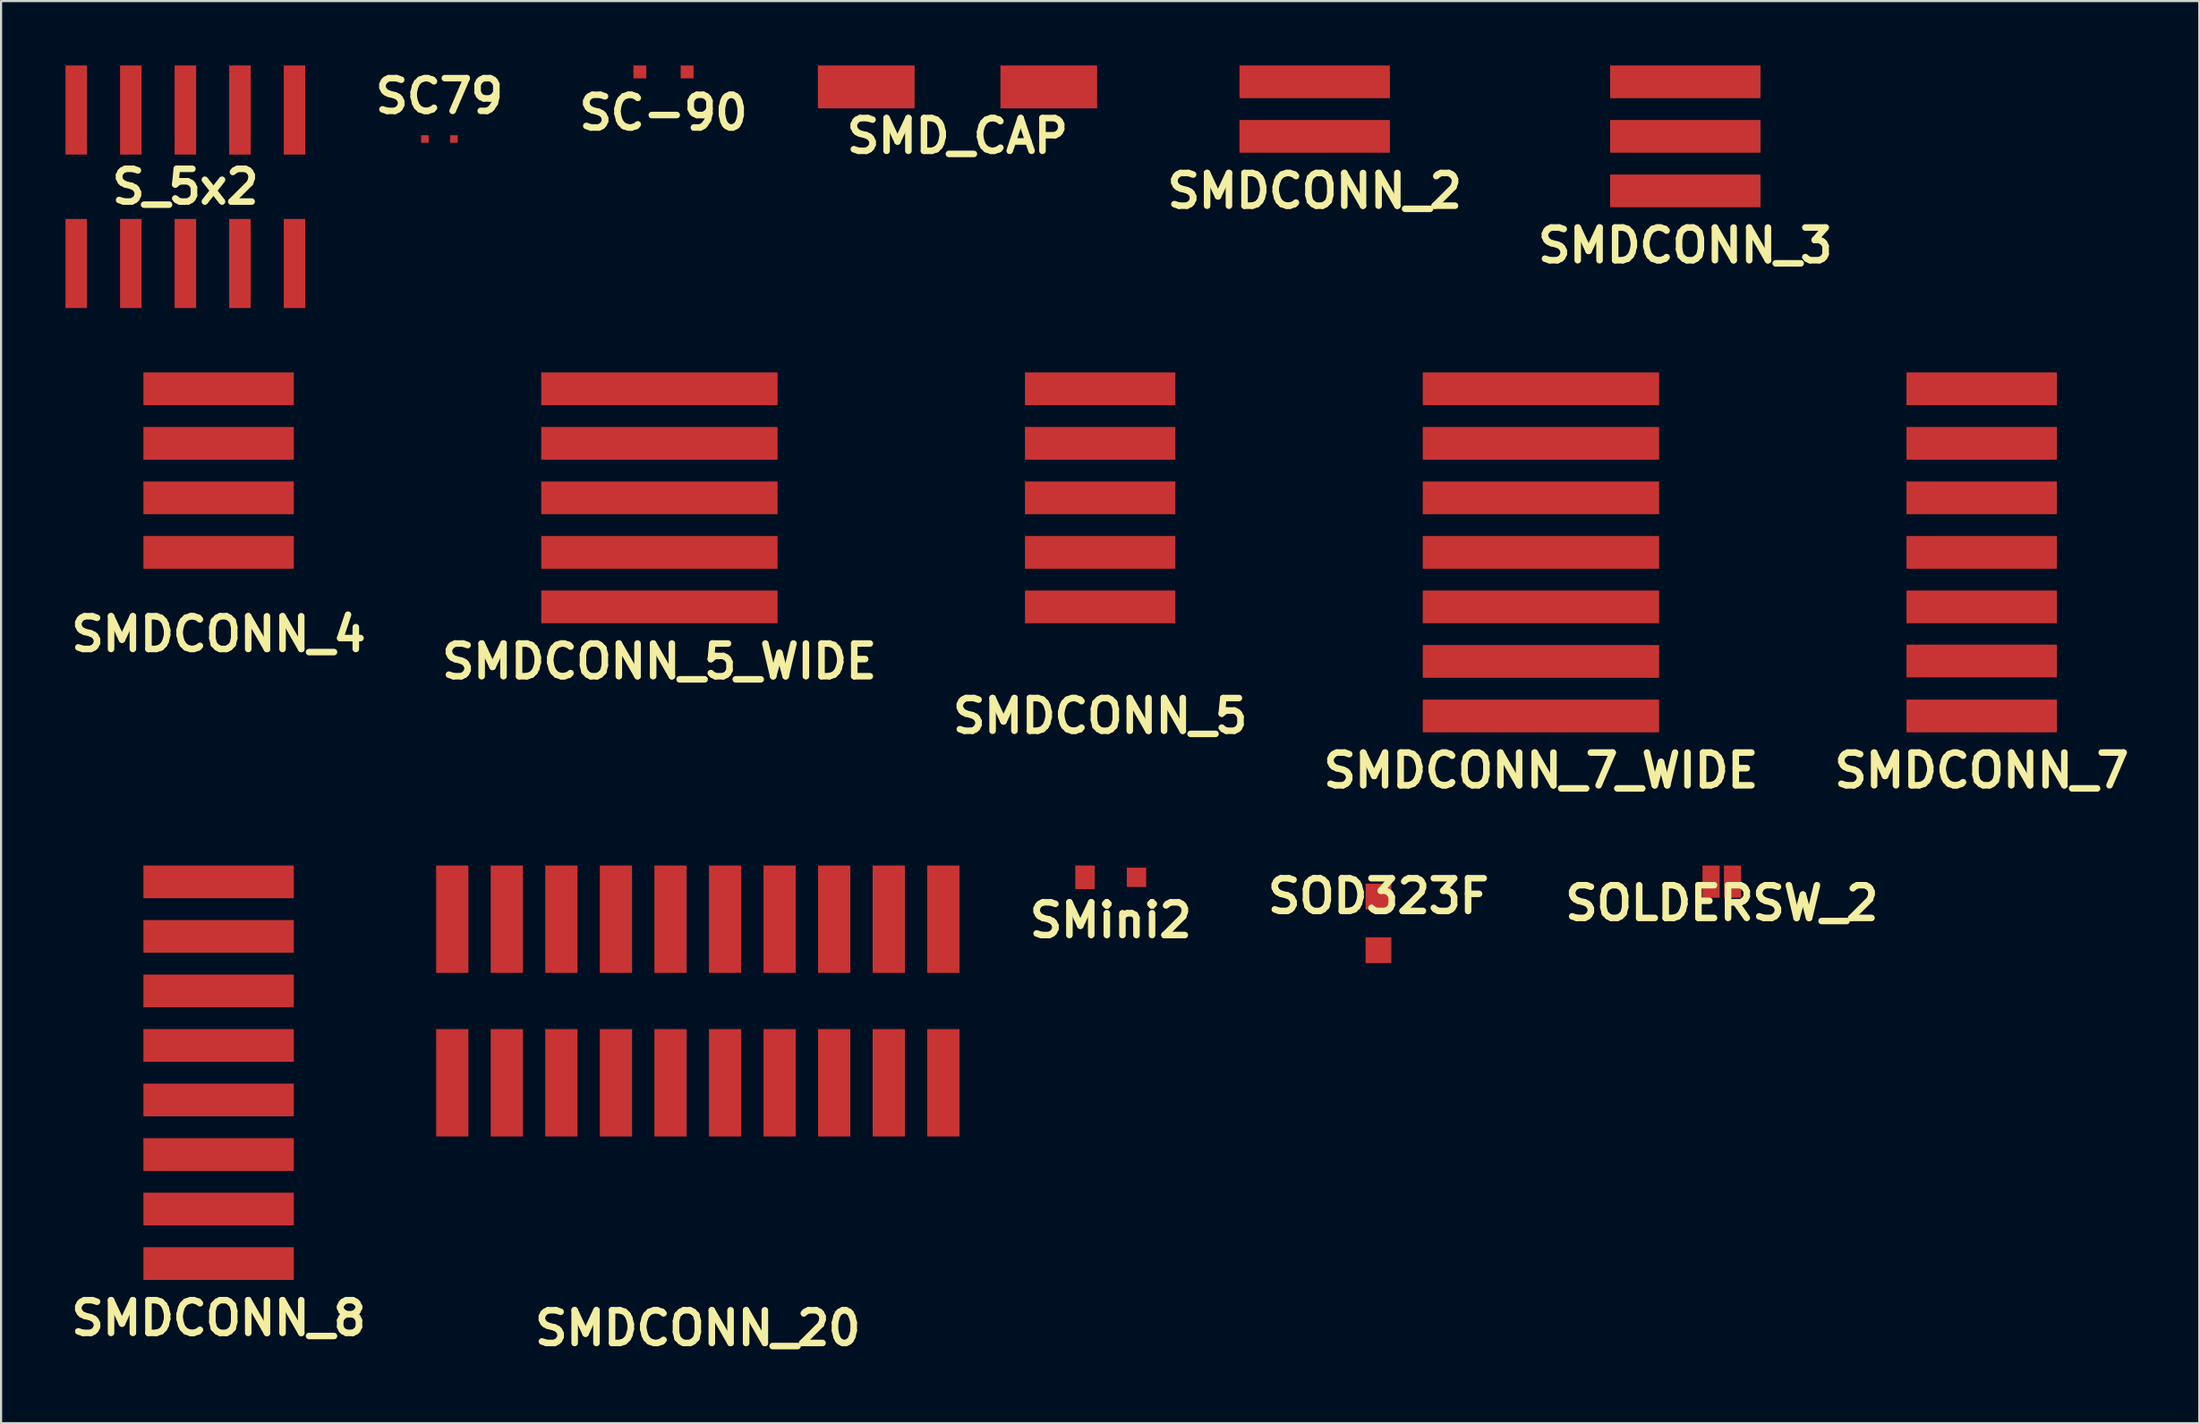
<source format=kicad_pcb>
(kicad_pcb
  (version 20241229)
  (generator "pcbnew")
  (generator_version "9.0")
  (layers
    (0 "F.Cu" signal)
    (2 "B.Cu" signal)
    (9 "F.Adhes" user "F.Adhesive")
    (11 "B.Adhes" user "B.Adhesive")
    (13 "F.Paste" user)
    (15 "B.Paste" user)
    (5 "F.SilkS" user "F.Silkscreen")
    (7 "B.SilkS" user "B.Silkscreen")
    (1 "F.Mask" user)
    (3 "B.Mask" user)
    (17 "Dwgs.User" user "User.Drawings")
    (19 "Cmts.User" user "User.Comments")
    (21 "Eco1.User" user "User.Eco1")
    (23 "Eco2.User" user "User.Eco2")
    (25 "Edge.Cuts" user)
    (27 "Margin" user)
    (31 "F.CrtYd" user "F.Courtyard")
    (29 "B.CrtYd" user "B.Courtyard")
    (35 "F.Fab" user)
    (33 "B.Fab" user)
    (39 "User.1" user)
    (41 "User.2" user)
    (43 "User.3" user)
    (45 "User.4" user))
  (footprint "SMDCONN_8"
    (layer "F.Cu")
    (at 7.127 46.918)
    (property "Reference" "SMDCONN_8" (at 0 11.43 0) (layer "F.SilkS") (effects (font (size 1.524 1.524) (thickness 0.305))))
    (attr through_hole)
    (pad "1" smd rect (at 0 -8.89) (size 7 1.524) (layers "F.Cu" "F.Mask" "F.Paste"))
    (pad "2" smd rect (at 0 -6.35) (size 7 1.524) (layers "F.Cu" "F.Mask" "F.Paste"))
    (pad "3" smd rect (at 0 -3.81) (size 7 1.524) (layers "F.Cu" "F.Mask" "F.Paste"))
    (pad "4" smd rect (at 0 -1.27) (size 7 1.524) (layers "F.Cu" "F.Mask" "F.Paste"))
    (pad "5" smd rect (at 0 1.27) (size 7 1.524) (layers "F.Cu" "F.Mask" "F.Paste"))
    (pad "6" smd rect (at 0 3.81) (size 7 1.524) (layers "F.Cu" "F.Mask" "F.Paste"))
    (pad "7" smd rect (at 0 6.35) (size 7 1.524) (layers "F.Cu" "F.Mask" "F.Paste"))
    (pad "8" smd rect (at 0 8.89) (size 7 1.524) (layers "F.Cu" "F.Mask" "F.Paste")))
  (footprint "S_5x2"
    (layer "F.Cu")
    (at 5.58 5.649)
    (property "Reference" "S_5x2" (at 0 0 0) (layer "F.SilkS") (effects (font (size 1.524 1.524) (thickness 0.305))))
    (attr through_hole)
    (pad "1" smd rect (at -5.08 3.574) (size 1.001 4.15) (layers "F.Cu" "F.Mask" "F.Paste"))
    (pad "2" smd rect (at -5.08 -3.574) (size 1.001 4.15) (layers "F.Cu" "F.Mask" "F.Paste"))
    (pad "3" smd rect (at -2.54 3.574) (size 1.001 4.15) (layers "F.Cu" "F.Mask" "F.Paste"))
    (pad "4" smd rect (at -2.54 -3.574) (size 1.001 4.15) (layers "F.Cu" "F.Mask" "F.Paste"))
    (pad "5" smd rect (at 0 3.574) (size 1.001 4.15) (layers "F.Cu" "F.Mask" "F.Paste"))
    (pad "6" smd rect (at 0 -3.574) (size 1.001 4.15) (layers "F.Cu" "F.Mask" "F.Paste"))
    (pad "7" smd rect (at 2.54 3.574) (size 1.001 4.15) (layers "F.Cu" "F.Mask" "F.Paste"))
    (pad "8" smd rect (at 2.54 -3.574) (size 1.001 4.15) (layers "F.Cu" "F.Mask" "F.Paste"))
    (pad "9" smd rect (at 5.08 3.574) (size 1.001 4.15) (layers "F.Cu" "F.Mask" "F.Paste"))
    (pad "10" smd rect (at 5.08 -3.574) (size 1.001 4.15) (layers "F.Cu" "F.Mask" "F.Paste")))
  (footprint "SC-90"
    (layer "F.Cu")
    (at 27.836 0.3)
    (property "Reference" "SC-90" (at 0 1.9 0) (layer "F.SilkS") (effects (font (size 1.524 1.524) (thickness 0.305))))
    (attr through_hole)
    (pad "1" smd rect (at -1.1 0) (size 0.599 0.599) (layers "F.Cu" "F.Mask" "F.Paste"))
    (pad "2" smd rect (at 1.1 0) (size 0.599 0.599) (layers "F.Cu" "F.Mask" "F.Paste")))
  (footprint "SOLDERSW_2"
    (layer "F.Cu")
    (at 77.103 38.017)
    (property "Reference" "SOLDERSW_2" (at 0 1.001 0) (layer "F.SilkS") (effects (font (size 1.524 1.524) (thickness 0.305))))
    (attr through_hole)
    (pad "1" smd rect (at -0.5 0) (size 0.8 1.501) (layers "F.Cu" "F.Mask" "F.Paste"))
    (pad "2" smd rect (at 0.5 0) (size 0.8 1.501) (layers "F.Cu" "F.Mask" "F.Paste")))
  (footprint "SMDCONN_7_WIDE"
    (layer "F.Cu")
    (at 68.683 22.68)
    (property "Reference" "SMDCONN_7_WIDE" (at 0 10.16 0) (layer "F.SilkS") (effects (font (size 1.524 1.524) (thickness 0.305))))
    (attr through_hole)
    (pad "1" smd rect (at 0 -7.62) (size 11.001 1.524) (layers "F.Cu" "F.Mask" "F.Paste"))
    (pad "2" smd rect (at 0 -5.08) (size 11.001 1.524) (layers "F.Cu" "F.Mask" "F.Paste"))
    (pad "3" smd rect (at 0 -2.54) (size 11.001 1.524) (layers "F.Cu" "F.Mask" "F.Paste"))
    (pad "4" smd rect (at 0 0) (size 11.001 1.524) (layers "F.Cu" "F.Mask" "F.Paste"))
    (pad "5" smd rect (at 0 2.54) (size 11.001 1.524) (layers "F.Cu" "F.Mask" "F.Paste"))
    (pad "6" smd rect (at 0 5.08) (size 11.001 1.524) (layers "F.Cu" "F.Mask" "F.Paste"))
    (pad "7" smd rect (at 0 7.62) (size 11.001 1.524) (layers "F.Cu" "F.Mask" "F.Paste")))
  (footprint "SMDCONN_4"
    (layer "F.Cu")
    (at 7.127 18.87)
    (property "Reference" "SMDCONN_4" (at 0 7.62 0) (layer "F.SilkS") (effects (font (size 1.524 1.524) (thickness 0.305))))
    (attr through_hole)
    (pad "1" smd rect (at 0 -3.81) (size 7 1.524) (layers "F.Cu" "F.Mask" "F.Paste"))
    (pad "2" smd rect (at 0 -1.27) (size 7 1.524) (layers "F.Cu" "F.Mask" "F.Paste"))
    (pad "3" smd rect (at 0 1.27) (size 7 1.524) (layers "F.Cu" "F.Mask" "F.Paste"))
    (pad "4" smd rect (at 0 3.81) (size 7 1.524) (layers "F.Cu" "F.Mask" "F.Paste")))
  (footprint "SMini2"
    (layer "F.Cu")
    (at 48.656 37.816)
    (property "Reference" "SMini2" (at 0 1.999 0) (layer "F.SilkS") (effects (font (size 1.524 1.524) (thickness 0.305))))
    (attr through_hole)
    (pad "1" smd rect (at -1.199 0) (size 0.899 1.1) (layers "F.Cu" "F.Mask" "F.Paste"))
    (pad "2" smd rect (at 1.199 0) (size 0.899 0.899) (layers "F.Cu" "F.Mask" "F.Paste")))
  (footprint "SMD_CAP"
    (layer "F.Cu")
    (at 41.523 0.999)
    (property "Reference" "SMD_CAP" (at 0 2.286 0) (layer "F.SilkS") (effects (font (size 1.524 1.524) (thickness 0.305))))
    (attr through_hole)
    (pad "1" smd rect (at -4.249 0) (size 4.501 1.999) (layers "F.Cu" "F.Mask" "F.Paste"))
    (pad "2" smd rect (at 4.249 0) (size 4.501 1.999) (layers "F.Cu" "F.Mask" "F.Paste")))
  (footprint "SMDCONN_5"
    (layer "F.Cu")
    (at 48.164 20.14)
    (property "Reference" "SMDCONN_5" (at 0 10.16 0) (layer "F.SilkS") (effects (font (size 1.524 1.524) (thickness 0.305))))
    (attr through_hole)
    (pad "1" smd rect (at 0 -5.08) (size 7 1.524) (layers "F.Cu" "F.Mask" "F.Paste"))
    (pad "2" smd rect (at 0 -2.54) (size 7 1.524) (layers "F.Cu" "F.Mask" "F.Paste"))
    (pad "3" smd rect (at 0 0) (size 7 1.524) (layers "F.Cu" "F.Mask" "F.Paste"))
    (pad "4" smd rect (at 0 2.54) (size 7 1.524) (layers "F.Cu" "F.Mask" "F.Paste"))
    (pad "5" smd rect (at 0 5.08) (size 7 1.524) (layers "F.Cu" "F.Mask" "F.Paste")))
  (footprint "SMDCONN_5_WIDE"
    (layer "F.Cu")
    (at 27.645 20.14)
    (property "Reference" "SMDCONN_5_WIDE" (at 0 7.62 0) (layer "F.SilkS") (effects (font (size 1.524 1.524) (thickness 0.305))))
    (attr through_hole)
    (pad "1" smd rect (at 0 -5.08) (size 11.001 1.524) (layers "F.Cu" "F.Mask" "F.Paste"))
    (pad "2" smd rect (at 0 -2.54) (size 11.001 1.524) (layers "F.Cu" "F.Mask" "F.Paste"))
    (pad "3" smd rect (at 0 0) (size 11.001 1.524) (layers "F.Cu" "F.Mask" "F.Paste"))
    (pad "4" smd rect (at 0 2.54) (size 11.001 1.524) (layers "F.Cu" "F.Mask" "F.Paste"))
    (pad "5" smd rect (at 0 5.08) (size 11.001 1.524) (layers "F.Cu" "F.Mask" "F.Paste")))
  (footprint "SMDCONN_3"
    (layer "F.Cu")
    (at 75.403 3.302)
    (property "Reference" "SMDCONN_3" (at 0 5.08 0) (layer "F.SilkS") (effects (font (size 1.524 1.524) (thickness 0.305))))
    (attr through_hole)
    (pad "1" smd rect (at 0 -2.54) (size 7 1.524) (layers "F.Cu" "F.Mask" "F.Paste"))
    (pad "2" smd rect (at 0 0) (size 7 1.524) (layers "F.Cu" "F.Mask" "F.Paste"))
    (pad "3" smd rect (at 0 2.54) (size 7 1.524) (layers "F.Cu" "F.Mask" "F.Paste")))
  (footprint "SOD323F"
    (layer "F.Cu")
    (at 61.12 39.963)
    (property "Reference" "SOD323F" (at 0 -1.27 0) (layer "F.SilkS") (effects (font (size 1.524 1.524) (thickness 0.305))))
    (attr through_hole)
    (pad "1" smd rect (at 0 -1.25) (size 1.199 1.199) (layers "F.Cu" "F.Mask" "F.Paste"))
    (pad "2" smd rect (at 0 1.25) (size 1.199 1.199) (layers "F.Cu" "F.Mask" "F.Paste")))
  (footprint "SMDCONN_20"
    (layer "F.Cu")
    (at 29.434 43.577)
    (property "Reference" "SMDCONN_20" (at 0 15.24 0) (layer "F.SilkS") (effects (font (size 1.524 1.524) (thickness 0.305))))
    (attr through_hole)
    (pad "1" smd rect (at -11.43 -3.81) (size 1.501 5.001) (layers "F.Cu" "F.Mask" "F.Paste"))
    (pad "2" smd rect (at -11.43 3.81) (size 1.501 5.001) (layers "F.Cu" "F.Mask" "F.Paste"))
    (pad "3" smd rect (at -8.89 -3.81) (size 1.501 5.001) (layers "F.Cu" "F.Mask" "F.Paste"))
    (pad "4" smd rect (at -8.89 3.81) (size 1.501 5.001) (layers "F.Cu" "F.Mask" "F.Paste"))
    (pad "5" smd rect (at -6.35 -3.81) (size 1.501 5.001) (layers "F.Cu" "F.Mask" "F.Paste"))
    (pad "6" smd rect (at -6.35 3.81) (size 1.501 5.001) (layers "F.Cu" "F.Mask" "F.Paste"))
    (pad "7" smd rect (at -3.81 -3.81) (size 1.501 5.001) (layers "F.Cu" "F.Mask" "F.Paste"))
    (pad "8" smd rect (at -3.81 3.81) (size 1.501 5.001) (layers "F.Cu" "F.Mask" "F.Paste"))
    (pad "9" smd rect (at -1.27 -3.81) (size 1.501 5.001) (layers "F.Cu" "F.Mask" "F.Paste"))
    (pad "10" smd rect (at -1.27 3.81) (size 1.501 5.001) (layers "F.Cu" "F.Mask" "F.Paste"))
    (pad "11" smd rect (at 1.27 -3.81) (size 1.501 5.001) (layers "F.Cu" "F.Mask" "F.Paste"))
    (pad "12" smd rect (at 1.27 3.81) (size 1.501 5.001) (layers "F.Cu" "F.Mask" "F.Paste"))
    (pad "13" smd rect (at 3.81 -3.81) (size 1.501 5.001) (layers "F.Cu" "F.Mask" "F.Paste"))
    (pad "14" smd rect (at 3.81 3.81) (size 1.501 5.001) (layers "F.Cu" "F.Mask" "F.Paste"))
    (pad "15" smd rect (at 6.35 -3.81) (size 1.501 5.001) (layers "F.Cu" "F.Mask" "F.Paste"))
    (pad "16" smd rect (at 6.35 3.81) (size 1.501 5.001) (layers "F.Cu" "F.Mask" "F.Paste"))
    (pad "17" smd rect (at 8.89 -3.81) (size 1.501 5.001) (layers "F.Cu" "F.Mask" "F.Paste"))
    (pad "18" smd rect (at 8.89 3.81) (size 1.501 5.001) (layers "F.Cu" "F.Mask" "F.Paste"))
    (pad "19" smd rect (at 11.43 -3.81) (size 1.501 5.001) (layers "F.Cu" "F.Mask" "F.Paste"))
    (pad "20" smd rect (at 11.43 3.81) (size 1.501 5.001) (layers "F.Cu" "F.Mask" "F.Paste")))
  (footprint "SC79"
    (layer "F.Cu")
    (at 17.405 3.425)
    (property "Reference" "SC79" (at 0 -1.999 0) (layer "F.SilkS") (effects (font (size 1.524 1.524) (thickness 0.305))))
    (attr through_hole)
    (pad "1" smd rect (at -0.676 0) (size 0.351 0.351) (layers "F.Cu" "F.Mask" "F.Paste"))
    (pad "2" smd rect (at 0.676 0) (size 0.351 0.351) (layers "F.Cu" "F.Mask" "F.Paste")))
  (footprint "SMDCONN_2"
    (layer "F.Cu")
    (at 58.15 2.032)
    (property "Reference" "SMDCONN_2" (at 0 3.81 0) (layer "F.SilkS") (effects (font (size 1.524 1.524) (thickness 0.305))))
    (attr through_hole)
    (pad "1" smd rect (at 0 -1.27) (size 7 1.524) (layers "F.Cu" "F.Mask" "F.Paste"))
    (pad "2" smd rect (at 0 1.27) (size 7 1.524) (layers "F.Cu" "F.Mask" "F.Paste")))
  (footprint "SMDCONN_7"
    (layer "F.Cu")
    (at 89.201 22.68)
    (property "Reference" "SMDCONN_7" (at 0 10.16 0) (layer "F.SilkS") (effects (font (size 1.524 1.524) (thickness 0.305))))
    (attr through_hole)
    (pad "1" smd rect (at 0 -7.62) (size 7 1.524) (layers "F.Cu" "F.Mask" "F.Paste"))
    (pad "2" smd rect (at 0 -5.08) (size 7 1.524) (layers "F.Cu" "F.Mask" "F.Paste"))
    (pad "3" smd rect (at 0 -2.54) (size 7 1.524) (layers "F.Cu" "F.Mask" "F.Paste"))
    (pad "4" smd rect (at 0 0) (size 7 1.524) (layers "F.Cu" "F.Mask" "F.Paste"))
    (pad "5" smd rect (at 0 2.54) (size 7 1.524) (layers "F.Cu" "F.Mask" "F.Paste"))
    (pad "6" smd rect (at 0 5.06) (size 7 1.524) (layers "F.Cu" "F.Mask" "F.Paste"))
    (pad "7" smd rect (at 0 7.62) (size 7 1.524) (layers "F.Cu" "F.Mask" "F.Paste")))
  (gr_rect
    (start -3 -3)
    (end 99.328 63.243)
    (stroke (width 0.1) (type default))
    (fill no)
    (layer "Edge.Cuts")))
</source>
